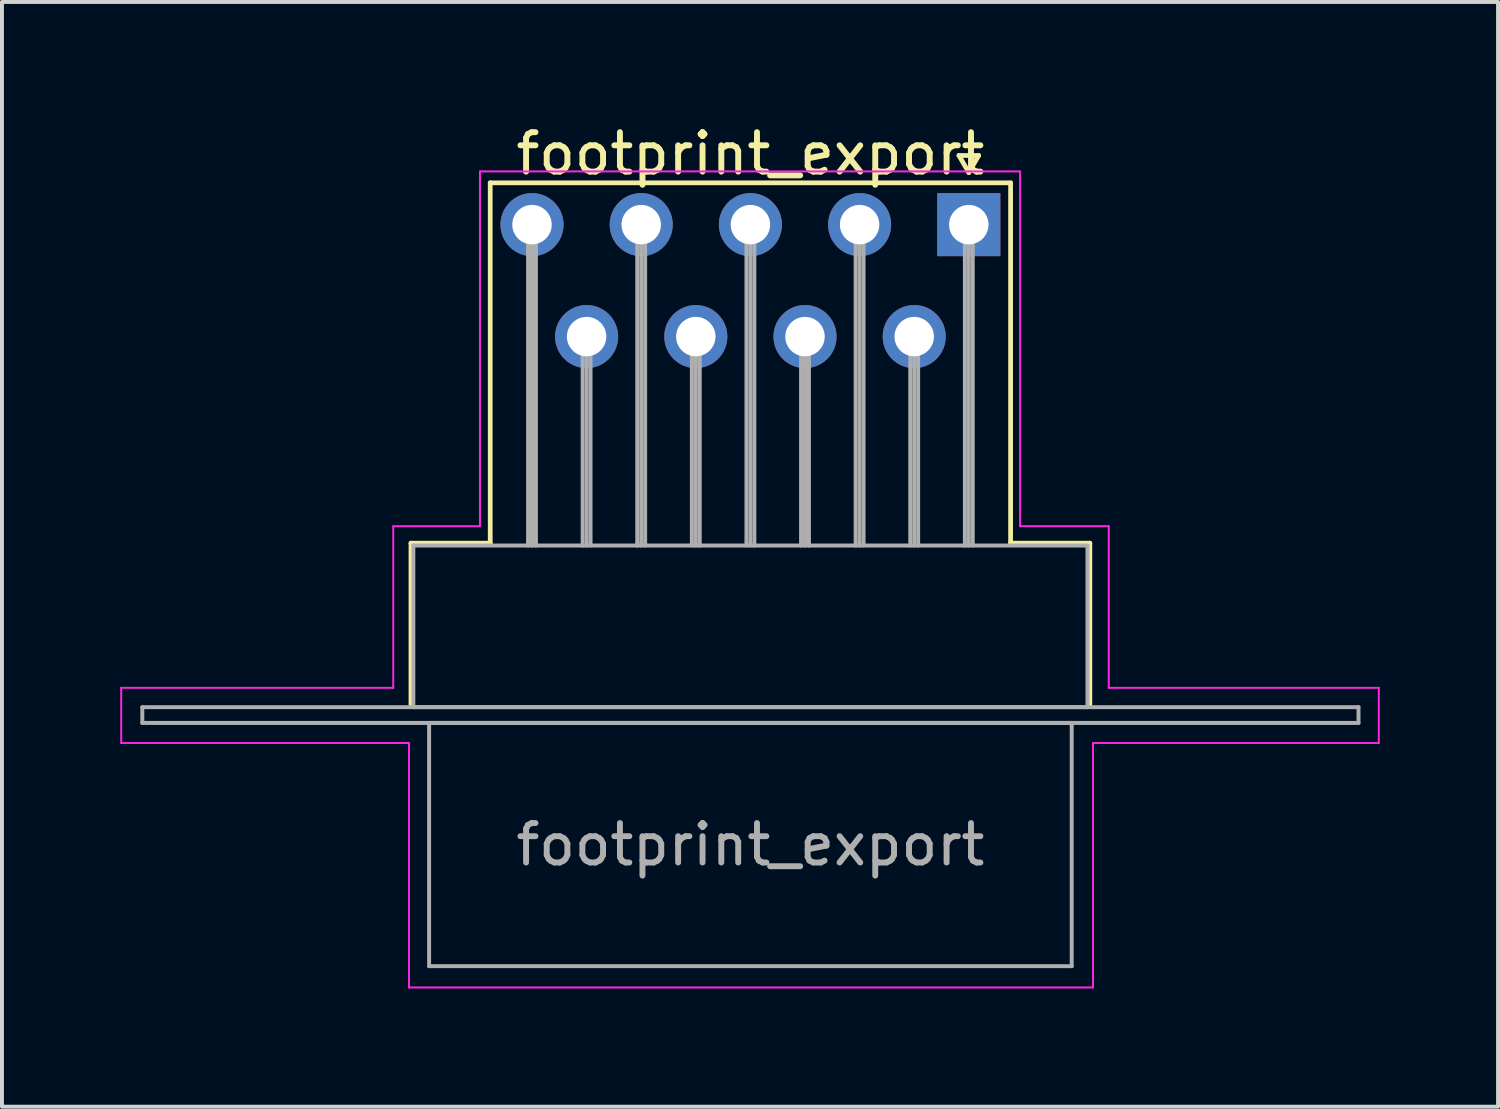
<source format=kicad_pcb>
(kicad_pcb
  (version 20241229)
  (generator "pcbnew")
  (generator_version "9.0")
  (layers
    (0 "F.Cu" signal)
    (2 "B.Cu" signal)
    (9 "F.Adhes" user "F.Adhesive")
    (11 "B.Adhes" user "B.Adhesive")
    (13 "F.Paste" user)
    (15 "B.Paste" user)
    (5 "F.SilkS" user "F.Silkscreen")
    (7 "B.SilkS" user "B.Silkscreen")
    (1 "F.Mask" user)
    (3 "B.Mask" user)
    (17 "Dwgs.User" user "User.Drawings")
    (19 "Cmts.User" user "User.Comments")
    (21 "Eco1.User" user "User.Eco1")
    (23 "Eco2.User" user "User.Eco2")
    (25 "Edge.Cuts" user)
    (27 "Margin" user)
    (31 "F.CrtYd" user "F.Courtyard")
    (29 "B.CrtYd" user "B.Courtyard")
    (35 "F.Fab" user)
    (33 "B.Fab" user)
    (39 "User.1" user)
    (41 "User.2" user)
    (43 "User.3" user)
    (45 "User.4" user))
  (footprint "footprint_export"
    (layer "F.Cu")
    (at 21.525 2.648)
    (property "Reference" "footprint_export" (at -5.54 -1.8 0) (layer "F.SilkS") (effects (font (size 1 1) (thickness 0.15))))
    (attr through_hole)
    (fp_line (start -14.15 8.08) (end -12.14 8.08) (stroke (width 0.12) (type solid)) (layer "F.SilkS"))
    (fp_line (start -14.15 12.18) (end -14.15 8.08) (stroke (width 0.12) (type solid)) (layer "F.SilkS"))
    (fp_line (start -12.14 -1.06) (end 1.06 -1.06) (stroke (width 0.12) (type solid)) (layer "F.SilkS"))
    (fp_line (start -12.14 8.08) (end -12.14 -1.06) (stroke (width 0.12) (type solid)) (layer "F.SilkS"))
    (fp_line (start -0.25 -1.754) (end 0.25 -1.754) (stroke (width 0.12) (type solid)) (layer "F.SilkS"))
    (fp_line (start 0 -1.321) (end -0.25 -1.754) (stroke (width 0.12) (type solid)) (layer "F.SilkS"))
    (fp_line (start 0.25 -1.754) (end 0 -1.321) (stroke (width 0.12) (type solid)) (layer "F.SilkS"))
    (fp_line (start 1.06 -1.06) (end 1.06 8.08) (stroke (width 0.12) (type solid)) (layer "F.SilkS"))
    (fp_line (start 1.06 8.08) (end 3.07 8.08) (stroke (width 0.12) (type solid)) (layer "F.SilkS"))
    (fp_line (start 3.07 8.08) (end 3.07 12.18) (stroke (width 0.12) (type solid)) (layer "F.SilkS"))
    (fp_line (start -21.5 11.75) (end -14.6 11.75) (stroke (width 0.05) (type solid)) (layer "F.CrtYd"))
    (fp_line (start -21.5 13.15) (end -21.5 11.75) (stroke (width 0.05) (type solid)) (layer "F.CrtYd"))
    (fp_line (start -14.6 7.65) (end -12.4 7.65) (stroke (width 0.05) (type solid)) (layer "F.CrtYd"))
    (fp_line (start -14.6 11.75) (end -14.6 7.65) (stroke (width 0.05) (type solid)) (layer "F.CrtYd"))
    (fp_line (start -14.2 13.15) (end -21.5 13.15) (stroke (width 0.05) (type solid)) (layer "F.CrtYd"))
    (fp_line (start -14.2 19.35) (end -14.2 13.15) (stroke (width 0.05) (type solid)) (layer "F.CrtYd"))
    (fp_line (start -12.4 -1.35) (end 1.3 -1.35) (stroke (width 0.05) (type solid)) (layer "F.CrtYd"))
    (fp_line (start -12.4 7.65) (end -12.4 -1.35) (stroke (width 0.05) (type solid)) (layer "F.CrtYd"))
    (fp_line (start 1.3 -1.35) (end 1.3 7.65) (stroke (width 0.05) (type solid)) (layer "F.CrtYd"))
    (fp_line (start 1.3 7.65) (end 3.55 7.65) (stroke (width 0.05) (type solid)) (layer "F.CrtYd"))
    (fp_line (start 3.15 13.15) (end 3.15 19.35) (stroke (width 0.05) (type solid)) (layer "F.CrtYd"))
    (fp_line (start 3.15 19.35) (end -14.2 19.35) (stroke (width 0.05) (type solid)) (layer "F.CrtYd"))
    (fp_line (start 3.55 7.65) (end 3.55 11.75) (stroke (width 0.05) (type solid)) (layer "F.CrtYd"))
    (fp_line (start 3.55 11.75) (end 10.4 11.75) (stroke (width 0.05) (type solid)) (layer "F.CrtYd"))
    (fp_line (start 10.4 11.75) (end 10.4 13.15) (stroke (width 0.05) (type solid)) (layer "F.CrtYd"))
    (fp_line (start 10.4 13.15) (end 3.15 13.15) (stroke (width 0.05) (type solid)) (layer "F.CrtYd"))
    (fp_line (start -20.965 12.24) (end -20.965 12.64) (stroke (width 0.1) (type solid)) (layer "F.Fab"))
    (fp_line (start -20.965 12.64) (end 9.885 12.64) (stroke (width 0.1) (type solid)) (layer "F.Fab"))
    (fp_line (start -14.09 8.14) (end -14.09 12.24) (stroke (width 0.1) (type solid)) (layer "F.Fab"))
    (fp_line (start -14.09 12.24) (end 3.01 12.24) (stroke (width 0.1) (type solid)) (layer "F.Fab"))
    (fp_line (start -13.69 12.64) (end -13.69 18.81) (stroke (width 0.1) (type solid)) (layer "F.Fab"))
    (fp_line (start -13.69 18.81) (end 2.61 18.81) (stroke (width 0.1) (type solid)) (layer "F.Fab"))
    (fp_line (start -11.18 0) (end -11.18 8.14) (stroke (width 0.1) (type solid)) (layer "F.Fab"))
    (fp_line (start -11.08 0) (end -11.08 8.14) (stroke (width 0.1) (type solid)) (layer "F.Fab"))
    (fp_line (start -10.98 0) (end -10.98 8.14) (stroke (width 0.1) (type solid)) (layer "F.Fab"))
    (fp_line (start -9.795 2.84) (end -9.795 8.14) (stroke (width 0.1) (type solid)) (layer "F.Fab"))
    (fp_line (start -9.695 2.84) (end -9.695 8.14) (stroke (width 0.1) (type solid)) (layer "F.Fab"))
    (fp_line (start -9.595 2.84) (end -9.595 8.14) (stroke (width 0.1) (type solid)) (layer "F.Fab"))
    (fp_line (start -8.41 0) (end -8.41 8.14) (stroke (width 0.1) (type solid)) (layer "F.Fab"))
    (fp_line (start -8.31 0) (end -8.31 8.14) (stroke (width 0.1) (type solid)) (layer "F.Fab"))
    (fp_line (start -8.21 0) (end -8.21 8.14) (stroke (width 0.1) (type solid)) (layer "F.Fab"))
    (fp_line (start -7.025 2.84) (end -7.025 8.14) (stroke (width 0.1) (type solid)) (layer "F.Fab"))
    (fp_line (start -6.925 2.84) (end -6.925 8.14) (stroke (width 0.1) (type solid)) (layer "F.Fab"))
    (fp_line (start -6.825 2.84) (end -6.825 8.14) (stroke (width 0.1) (type solid)) (layer "F.Fab"))
    (fp_line (start -5.64 0) (end -5.64 8.14) (stroke (width 0.1) (type solid)) (layer "F.Fab"))
    (fp_line (start -5.54 0) (end -5.54 8.14) (stroke (width 0.1) (type solid)) (layer "F.Fab"))
    (fp_line (start -5.44 0) (end -5.44 8.14) (stroke (width 0.1) (type solid)) (layer "F.Fab"))
    (fp_line (start -4.255 2.84) (end -4.255 8.14) (stroke (width 0.1) (type solid)) (layer "F.Fab"))
    (fp_line (start -4.155 2.84) (end -4.155 8.14) (stroke (width 0.1) (type solid)) (layer "F.Fab"))
    (fp_line (start -4.055 2.84) (end -4.055 8.14) (stroke (width 0.1) (type solid)) (layer "F.Fab"))
    (fp_line (start -2.87 0) (end -2.87 8.14) (stroke (width 0.1) (type solid)) (layer "F.Fab"))
    (fp_line (start -2.77 0) (end -2.77 8.14) (stroke (width 0.1) (type solid)) (layer "F.Fab"))
    (fp_line (start -2.67 0) (end -2.67 8.14) (stroke (width 0.1) (type solid)) (layer "F.Fab"))
    (fp_line (start -1.485 2.84) (end -1.485 8.14) (stroke (width 0.1) (type solid)) (layer "F.Fab"))
    (fp_line (start -1.385 2.84) (end -1.385 8.14) (stroke (width 0.1) (type solid)) (layer "F.Fab"))
    (fp_line (start -1.285 2.84) (end -1.285 8.14) (stroke (width 0.1) (type solid)) (layer "F.Fab"))
    (fp_line (start -0.1 0) (end -0.1 8.14) (stroke (width 0.1) (type solid)) (layer "F.Fab"))
    (fp_line (start 0 0) (end 0 8.14) (stroke (width 0.1) (type solid)) (layer "F.Fab"))
    (fp_line (start 0.1 0) (end 0.1 8.14) (stroke (width 0.1) (type solid)) (layer "F.Fab"))
    (fp_line (start 2.61 12.64) (end -13.69 12.64) (stroke (width 0.1) (type solid)) (layer "F.Fab"))
    (fp_line (start 2.61 18.81) (end 2.61 12.64) (stroke (width 0.1) (type solid)) (layer "F.Fab"))
    (fp_line (start 3.01 8.14) (end -14.09 8.14) (stroke (width 0.1) (type solid)) (layer "F.Fab"))
    (fp_line (start 3.01 12.24) (end 3.01 8.14) (stroke (width 0.1) (type solid)) (layer "F.Fab"))
    (fp_line (start 9.885 12.24) (end -20.965 12.24) (stroke (width 0.1) (type solid)) (layer "F.Fab"))
    (fp_line (start 9.885 12.64) (end 9.885 12.24) (stroke (width 0.1) (type solid)) (layer "F.Fab"))
    (fp_text user "${REFERENCE}" (at -5.54 15.725 0) (layer "F.Fab") (effects (font (size 1 1) (thickness 0.15))))
    (pad "1" thru_hole rect (at 0 0) (size 1.6 1.6) (drill 1) (layers "*.Cu" "*.Mask"))
    (pad "2" thru_hole circle (at -2.77 0) (size 1.6 1.6) (drill 1) (layers "*.Cu" "*.Mask"))
    (pad "3" thru_hole circle (at -5.54 0) (size 1.6 1.6) (drill 1) (layers "*.Cu" "*.Mask"))
    (pad "4" thru_hole circle (at -8.31 0) (size 1.6 1.6) (drill 1) (layers "*.Cu" "*.Mask"))
    (pad "5" thru_hole circle (at -11.08 0) (size 1.6 1.6) (drill 1) (layers "*.Cu" "*.Mask"))
    (pad "6" thru_hole circle (at -1.385 2.84) (size 1.6 1.6) (drill 1) (layers "*.Cu" "*.Mask"))
    (pad "7" thru_hole circle (at -4.155 2.84) (size 1.6 1.6) (drill 1) (layers "*.Cu" "*.Mask"))
    (pad "8" thru_hole circle (at -6.925 2.84) (size 1.6 1.6) (drill 1) (layers "*.Cu" "*.Mask"))
    (pad "9" thru_hole circle (at -9.695 2.84) (size 1.6 1.6) (drill 1) (layers "*.Cu" "*.Mask")))
  (gr_rect
    (start -3 -3)
    (end 34.95 25.023)
    (stroke (width 0.1) (type default))
    (fill no)
    (layer "Edge.Cuts")))
</source>
